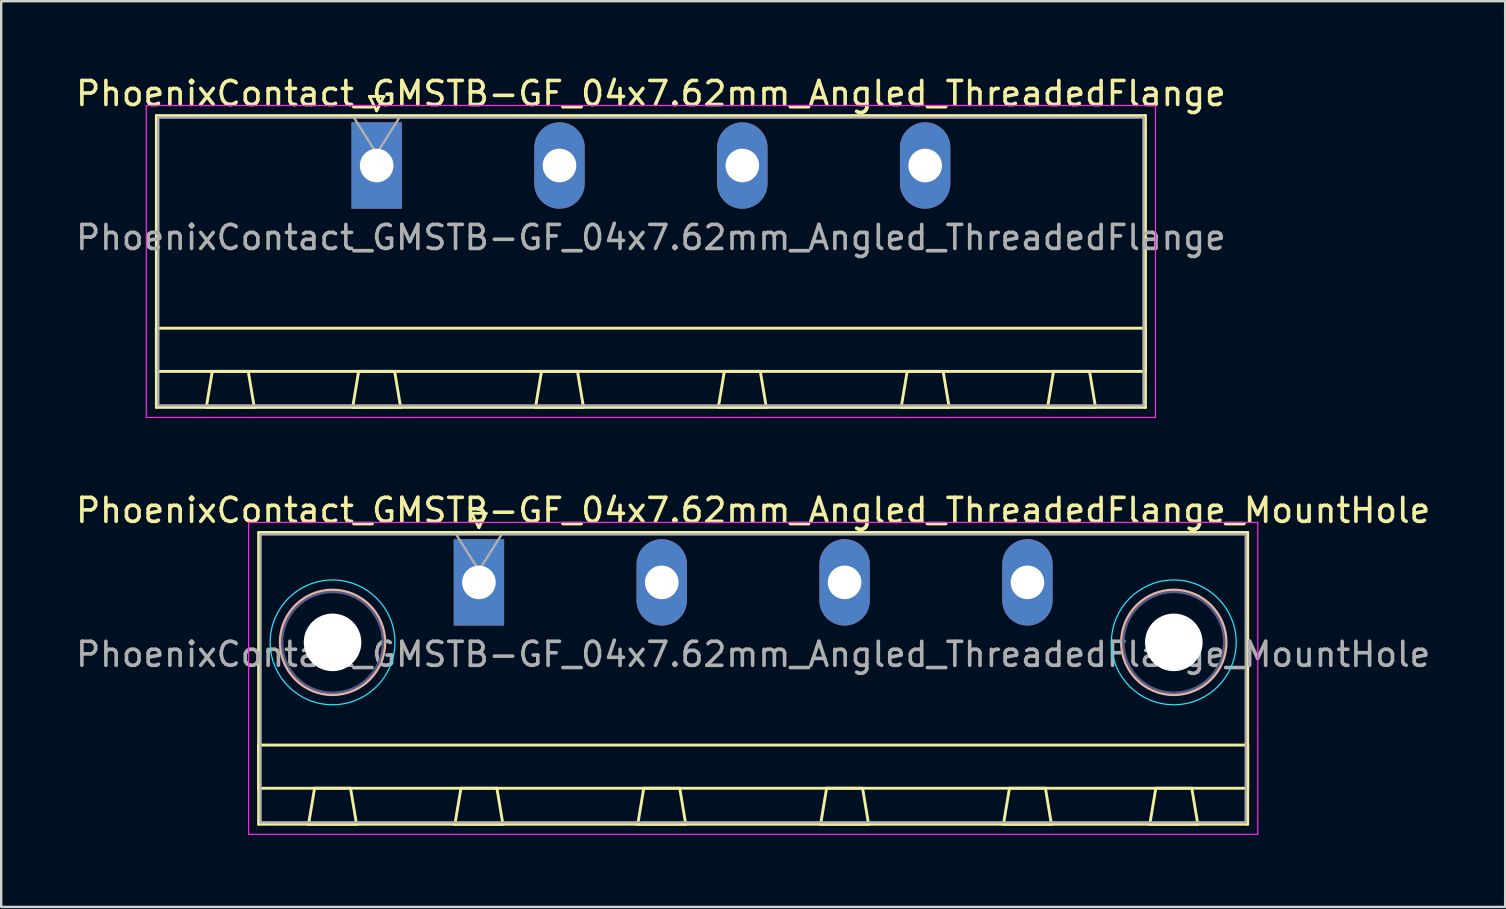
<source format=kicad_pcb>
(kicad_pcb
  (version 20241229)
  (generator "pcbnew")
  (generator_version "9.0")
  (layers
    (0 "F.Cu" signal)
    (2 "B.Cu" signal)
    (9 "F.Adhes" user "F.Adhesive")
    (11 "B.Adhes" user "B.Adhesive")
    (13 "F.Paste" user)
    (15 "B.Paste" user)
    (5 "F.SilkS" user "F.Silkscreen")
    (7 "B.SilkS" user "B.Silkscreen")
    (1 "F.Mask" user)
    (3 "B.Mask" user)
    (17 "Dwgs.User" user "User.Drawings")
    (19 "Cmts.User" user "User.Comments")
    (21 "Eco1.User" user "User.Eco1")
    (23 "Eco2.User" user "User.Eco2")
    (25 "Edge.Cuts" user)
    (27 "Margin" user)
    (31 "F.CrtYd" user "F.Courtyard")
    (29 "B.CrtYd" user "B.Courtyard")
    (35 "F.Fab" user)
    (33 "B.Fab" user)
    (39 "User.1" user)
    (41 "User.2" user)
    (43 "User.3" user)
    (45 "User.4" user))
  (footprint "PhoenixContact_GMSTB-GF_04x7.62mm_Angled_ThreadedFlange"
    (layer "F.Cu")
    (at 12.647 3.848)
    (property "Reference" "PhoenixContact_GMSTB-GF_04x7.62mm_Angled_ThreadedFlange" (at 11.43 -3 0) (layer "F.SilkS") (effects (font (size 1 1) (thickness 0.15))))
    (attr through_hole)
    (fp_line (start -9.18 -2.08) (end -9.18 10.08) (stroke (width 0.12) (type solid)) (layer "F.SilkS"))
    (fp_line (start -9.18 6.78) (end 32.04 6.78) (stroke (width 0.12) (type solid)) (layer "F.SilkS"))
    (fp_line (start -9.18 8.58) (end -9.18 6.78) (stroke (width 0.12) (type solid)) (layer "F.SilkS"))
    (fp_line (start -9.18 10.08) (end 32.04 10.08) (stroke (width 0.12) (type solid)) (layer "F.SilkS"))
    (fp_line (start -7.1 10.08) (end -5.1 10.08) (stroke (width 0.12) (type solid)) (layer "F.SilkS"))
    (fp_line (start -6.85 8.58) (end -7.1 10.08) (stroke (width 0.12) (type solid)) (layer "F.SilkS"))
    (fp_line (start -5.35 8.58) (end -6.85 8.58) (stroke (width 0.12) (type solid)) (layer "F.SilkS"))
    (fp_line (start -5.1 10.08) (end -5.35 8.58) (stroke (width 0.12) (type solid)) (layer "F.SilkS"))
    (fp_line (start -1 10.08) (end 1 10.08) (stroke (width 0.12) (type solid)) (layer "F.SilkS"))
    (fp_line (start -0.75 8.58) (end -1 10.08) (stroke (width 0.12) (type solid)) (layer "F.SilkS"))
    (fp_line (start -0.3 -2.88) (end 0.3 -2.88) (stroke (width 0.12) (type solid)) (layer "F.SilkS"))
    (fp_line (start 0 -2.28) (end -0.3 -2.88) (stroke (width 0.12) (type solid)) (layer "F.SilkS"))
    (fp_line (start 0.3 -2.88) (end 0 -2.28) (stroke (width 0.12) (type solid)) (layer "F.SilkS"))
    (fp_line (start 0.75 8.58) (end -0.75 8.58) (stroke (width 0.12) (type solid)) (layer "F.SilkS"))
    (fp_line (start 1 10.08) (end 0.75 8.58) (stroke (width 0.12) (type solid)) (layer "F.SilkS"))
    (fp_line (start 6.62 10.08) (end 8.62 10.08) (stroke (width 0.12) (type solid)) (layer "F.SilkS"))
    (fp_line (start 6.87 8.58) (end 6.62 10.08) (stroke (width 0.12) (type solid)) (layer "F.SilkS"))
    (fp_line (start 8.37 8.58) (end 6.87 8.58) (stroke (width 0.12) (type solid)) (layer "F.SilkS"))
    (fp_line (start 8.62 10.08) (end 8.37 8.58) (stroke (width 0.12) (type solid)) (layer "F.SilkS"))
    (fp_line (start 14.24 10.08) (end 16.24 10.08) (stroke (width 0.12) (type solid)) (layer "F.SilkS"))
    (fp_line (start 14.49 8.58) (end 14.24 10.08) (stroke (width 0.12) (type solid)) (layer "F.SilkS"))
    (fp_line (start 15.99 8.58) (end 14.49 8.58) (stroke (width 0.12) (type solid)) (layer "F.SilkS"))
    (fp_line (start 16.24 10.08) (end 15.99 8.58) (stroke (width 0.12) (type solid)) (layer "F.SilkS"))
    (fp_line (start 21.86 10.08) (end 23.86 10.08) (stroke (width 0.12) (type solid)) (layer "F.SilkS"))
    (fp_line (start 22.11 8.58) (end 21.86 10.08) (stroke (width 0.12) (type solid)) (layer "F.SilkS"))
    (fp_line (start 23.61 8.58) (end 22.11 8.58) (stroke (width 0.12) (type solid)) (layer "F.SilkS"))
    (fp_line (start 23.86 10.08) (end 23.61 8.58) (stroke (width 0.12) (type solid)) (layer "F.SilkS"))
    (fp_line (start 27.96 10.08) (end 29.96 10.08) (stroke (width 0.12) (type solid)) (layer "F.SilkS"))
    (fp_line (start 28.21 8.58) (end 27.96 10.08) (stroke (width 0.12) (type solid)) (layer "F.SilkS"))
    (fp_line (start 29.71 8.58) (end 28.21 8.58) (stroke (width 0.12) (type solid)) (layer "F.SilkS"))
    (fp_line (start 29.96 10.08) (end 29.71 8.58) (stroke (width 0.12) (type solid)) (layer "F.SilkS"))
    (fp_line (start 32.04 -2.08) (end -9.18 -2.08) (stroke (width 0.12) (type solid)) (layer "F.SilkS"))
    (fp_line (start 32.04 6.78) (end 32.04 8.58) (stroke (width 0.12) (type solid)) (layer "F.SilkS"))
    (fp_line (start 32.04 8.58) (end -9.18 8.58) (stroke (width 0.12) (type solid)) (layer "F.SilkS"))
    (fp_line (start 32.04 10.08) (end 32.04 -2.08) (stroke (width 0.12) (type solid)) (layer "F.SilkS"))
    (fp_line (start -9.6 -2.5) (end -9.6 10.5) (stroke (width 0.05) (type solid)) (layer "F.CrtYd"))
    (fp_line (start -9.6 10.5) (end 32.46 10.5) (stroke (width 0.05) (type solid)) (layer "F.CrtYd"))
    (fp_line (start 32.46 -2.5) (end -9.6 -2.5) (stroke (width 0.05) (type solid)) (layer "F.CrtYd"))
    (fp_line (start 32.46 10.5) (end 32.46 -2.5) (stroke (width 0.05) (type solid)) (layer "F.CrtYd"))
    (fp_line (start -9.1 -2) (end -9.1 10) (stroke (width 0.1) (type solid)) (layer "F.Fab"))
    (fp_line (start -9.1 10) (end 31.96 10) (stroke (width 0.1) (type solid)) (layer "F.Fab"))
    (fp_line (start 0 -0.5) (end -0.95 -2) (stroke (width 0.1) (type solid)) (layer "F.Fab"))
    (fp_line (start 0.95 -2) (end 0 -0.5) (stroke (width 0.1) (type solid)) (layer "F.Fab"))
    (fp_line (start 31.96 -2) (end -9.1 -2) (stroke (width 0.1) (type solid)) (layer "F.Fab"))
    (fp_line (start 31.96 10) (end 31.96 -2) (stroke (width 0.1) (type solid)) (layer "F.Fab"))
    (fp_text user "${REFERENCE}" (at 11.43 3 0) (layer "F.Fab") (effects (font (size 1 1) (thickness 0.15))))
    (pad "1" thru_hole rect (at 0 0) (size 2.1 3.6) (drill 1.4) (layers "*.Cu" "*.Mask"))
    (pad "2" thru_hole oval (at 7.62 0) (size 2.1 3.6) (drill 1.4) (layers "*.Cu" "*.Mask"))
    (pad "3" thru_hole oval (at 15.24 0) (size 2.1 3.6) (drill 1.4) (layers "*.Cu" "*.Mask"))
    (pad "4" thru_hole oval (at 22.86 0) (size 2.1 3.6) (drill 1.4) (layers "*.Cu" "*.Mask")))
  (footprint "PhoenixContact_GMSTB-GF_04x7.62mm_Angled_ThreadedFlange_MountHole"
    (layer "F.Cu")
    (at 16.909 21.221)
    (property "Reference" "PhoenixContact_GMSTB-GF_04x7.62mm_Angled_ThreadedFlange_MountHole" (at 11.43 -3 0) (layer "F.SilkS") (effects (font (size 1 1) (thickness 0.15))))
    (attr through_hole)
    (fp_line (start -9.18 -2.08) (end -9.18 10.08) (stroke (width 0.12) (type solid)) (layer "F.SilkS"))
    (fp_line (start -9.18 6.78) (end 32.04 6.78) (stroke (width 0.12) (type solid)) (layer "F.SilkS"))
    (fp_line (start -9.18 8.58) (end -9.18 6.78) (stroke (width 0.12) (type solid)) (layer "F.SilkS"))
    (fp_line (start -9.18 10.08) (end 32.04 10.08) (stroke (width 0.12) (type solid)) (layer "F.SilkS"))
    (fp_line (start -7.1 10.08) (end -5.1 10.08) (stroke (width 0.12) (type solid)) (layer "F.SilkS"))
    (fp_line (start -6.85 8.58) (end -7.1 10.08) (stroke (width 0.12) (type solid)) (layer "F.SilkS"))
    (fp_line (start -5.35 8.58) (end -6.85 8.58) (stroke (width 0.12) (type solid)) (layer "F.SilkS"))
    (fp_line (start -5.1 10.08) (end -5.35 8.58) (stroke (width 0.12) (type solid)) (layer "F.SilkS"))
    (fp_line (start -1 10.08) (end 1 10.08) (stroke (width 0.12) (type solid)) (layer "F.SilkS"))
    (fp_line (start -0.75 8.58) (end -1 10.08) (stroke (width 0.12) (type solid)) (layer "F.SilkS"))
    (fp_line (start -0.3 -2.88) (end 0.3 -2.88) (stroke (width 0.12) (type solid)) (layer "F.SilkS"))
    (fp_line (start 0 -2.28) (end -0.3 -2.88) (stroke (width 0.12) (type solid)) (layer "F.SilkS"))
    (fp_line (start 0.3 -2.88) (end 0 -2.28) (stroke (width 0.12) (type solid)) (layer "F.SilkS"))
    (fp_line (start 0.75 8.58) (end -0.75 8.58) (stroke (width 0.12) (type solid)) (layer "F.SilkS"))
    (fp_line (start 1 10.08) (end 0.75 8.58) (stroke (width 0.12) (type solid)) (layer "F.SilkS"))
    (fp_line (start 6.62 10.08) (end 8.62 10.08) (stroke (width 0.12) (type solid)) (layer "F.SilkS"))
    (fp_line (start 6.87 8.58) (end 6.62 10.08) (stroke (width 0.12) (type solid)) (layer "F.SilkS"))
    (fp_line (start 8.37 8.58) (end 6.87 8.58) (stroke (width 0.12) (type solid)) (layer "F.SilkS"))
    (fp_line (start 8.62 10.08) (end 8.37 8.58) (stroke (width 0.12) (type solid)) (layer "F.SilkS"))
    (fp_line (start 14.24 10.08) (end 16.24 10.08) (stroke (width 0.12) (type solid)) (layer "F.SilkS"))
    (fp_line (start 14.49 8.58) (end 14.24 10.08) (stroke (width 0.12) (type solid)) (layer "F.SilkS"))
    (fp_line (start 15.99 8.58) (end 14.49 8.58) (stroke (width 0.12) (type solid)) (layer "F.SilkS"))
    (fp_line (start 16.24 10.08) (end 15.99 8.58) (stroke (width 0.12) (type solid)) (layer "F.SilkS"))
    (fp_line (start 21.86 10.08) (end 23.86 10.08) (stroke (width 0.12) (type solid)) (layer "F.SilkS"))
    (fp_line (start 22.11 8.58) (end 21.86 10.08) (stroke (width 0.12) (type solid)) (layer "F.SilkS"))
    (fp_line (start 23.61 8.58) (end 22.11 8.58) (stroke (width 0.12) (type solid)) (layer "F.SilkS"))
    (fp_line (start 23.86 10.08) (end 23.61 8.58) (stroke (width 0.12) (type solid)) (layer "F.SilkS"))
    (fp_line (start 27.96 10.08) (end 29.96 10.08) (stroke (width 0.12) (type solid)) (layer "F.SilkS"))
    (fp_line (start 28.21 8.58) (end 27.96 10.08) (stroke (width 0.12) (type solid)) (layer "F.SilkS"))
    (fp_line (start 29.71 8.58) (end 28.21 8.58) (stroke (width 0.12) (type solid)) (layer "F.SilkS"))
    (fp_line (start 29.96 10.08) (end 29.71 8.58) (stroke (width 0.12) (type solid)) (layer "F.SilkS"))
    (fp_line (start 32.04 -2.08) (end -9.18 -2.08) (stroke (width 0.12) (type solid)) (layer "F.SilkS"))
    (fp_line (start 32.04 6.78) (end 32.04 8.58) (stroke (width 0.12) (type solid)) (layer "F.SilkS"))
    (fp_line (start 32.04 8.58) (end -9.18 8.58) (stroke (width 0.12) (type solid)) (layer "F.SilkS"))
    (fp_line (start 32.04 10.08) (end 32.04 -2.08) (stroke (width 0.12) (type solid)) (layer "F.SilkS"))
    (fp_circle (center -6.1 2.5) (end -3.92 2.5) (stroke (width 0.12) (type solid)) (fill no) (layer "B.SilkS"))
    (fp_circle (center 28.96 2.5) (end 31.14 2.5) (stroke (width 0.12) (type solid)) (fill no) (layer "B.SilkS"))
    (fp_circle (center -6.1 2.5) (end -3.5 2.5) (stroke (width 0.05) (type solid)) (fill no) (layer "B.CrtYd"))
    (fp_circle (center 28.96 2.5) (end 31.56 2.5) (stroke (width 0.05) (type solid)) (fill no) (layer "B.CrtYd"))
    (fp_line (start -9.6 -2.5) (end -9.6 10.5) (stroke (width 0.05) (type solid)) (layer "F.CrtYd"))
    (fp_line (start -9.6 10.5) (end 32.46 10.5) (stroke (width 0.05) (type solid)) (layer "F.CrtYd"))
    (fp_line (start 32.46 -2.5) (end -9.6 -2.5) (stroke (width 0.05) (type solid)) (layer "F.CrtYd"))
    (fp_line (start 32.46 10.5) (end 32.46 -2.5) (stroke (width 0.05) (type solid)) (layer "F.CrtYd"))
    (fp_circle (center -6.1 2.5) (end -4 2.5) (stroke (width 0.1) (type solid)) (fill no) (layer "B.Fab"))
    (fp_circle (center 28.96 2.5) (end 31.06 2.5) (stroke (width 0.1) (type solid)) (fill no) (layer "B.Fab"))
    (fp_line (start -9.1 -2) (end -9.1 10) (stroke (width 0.1) (type solid)) (layer "F.Fab"))
    (fp_line (start -9.1 10) (end 31.96 10) (stroke (width 0.1) (type solid)) (layer "F.Fab"))
    (fp_line (start 0 -0.5) (end -0.95 -2) (stroke (width 0.1) (type solid)) (layer "F.Fab"))
    (fp_line (start 0.95 -2) (end 0 -0.5) (stroke (width 0.1) (type solid)) (layer "F.Fab"))
    (fp_line (start 31.96 -2) (end -9.1 -2) (stroke (width 0.1) (type solid)) (layer "F.Fab"))
    (fp_line (start 31.96 10) (end 31.96 -2) (stroke (width 0.1) (type solid)) (layer "F.Fab"))
    (fp_text user "${REFERENCE}" (at 11.43 3 0) (layer "F.Fab") (effects (font (size 1 1) (thickness 0.15))))
    (pad "" np_thru_hole circle (at -6.1 2.5) (size 2.4 2.4) (drill 2.4) (layers "*.Cu" "*.Mask"))
    (pad "" np_thru_hole circle (at 28.96 2.5) (size 2.4 2.4) (drill 2.4) (layers "*.Cu" "*.Mask"))
    (pad "1" thru_hole rect (at 0 0) (size 2.1 3.6) (drill 1.4) (layers "*.Cu" "*.Mask"))
    (pad "2" thru_hole oval (at 7.62 0) (size 2.1 3.6) (drill 1.4) (layers "*.Cu" "*.Mask"))
    (pad "3" thru_hole oval (at 15.24 0) (size 2.1 3.6) (drill 1.4) (layers "*.Cu" "*.Mask"))
    (pad "4" thru_hole oval (at 22.86 0) (size 2.1 3.6) (drill 1.4) (layers "*.Cu" "*.Mask")))
  (gr_rect
    (start -3 -3)
    (end 59.679 34.746)
    (stroke (width 0.1) (type default))
    (fill no)
    (layer "Edge.Cuts")))
</source>
